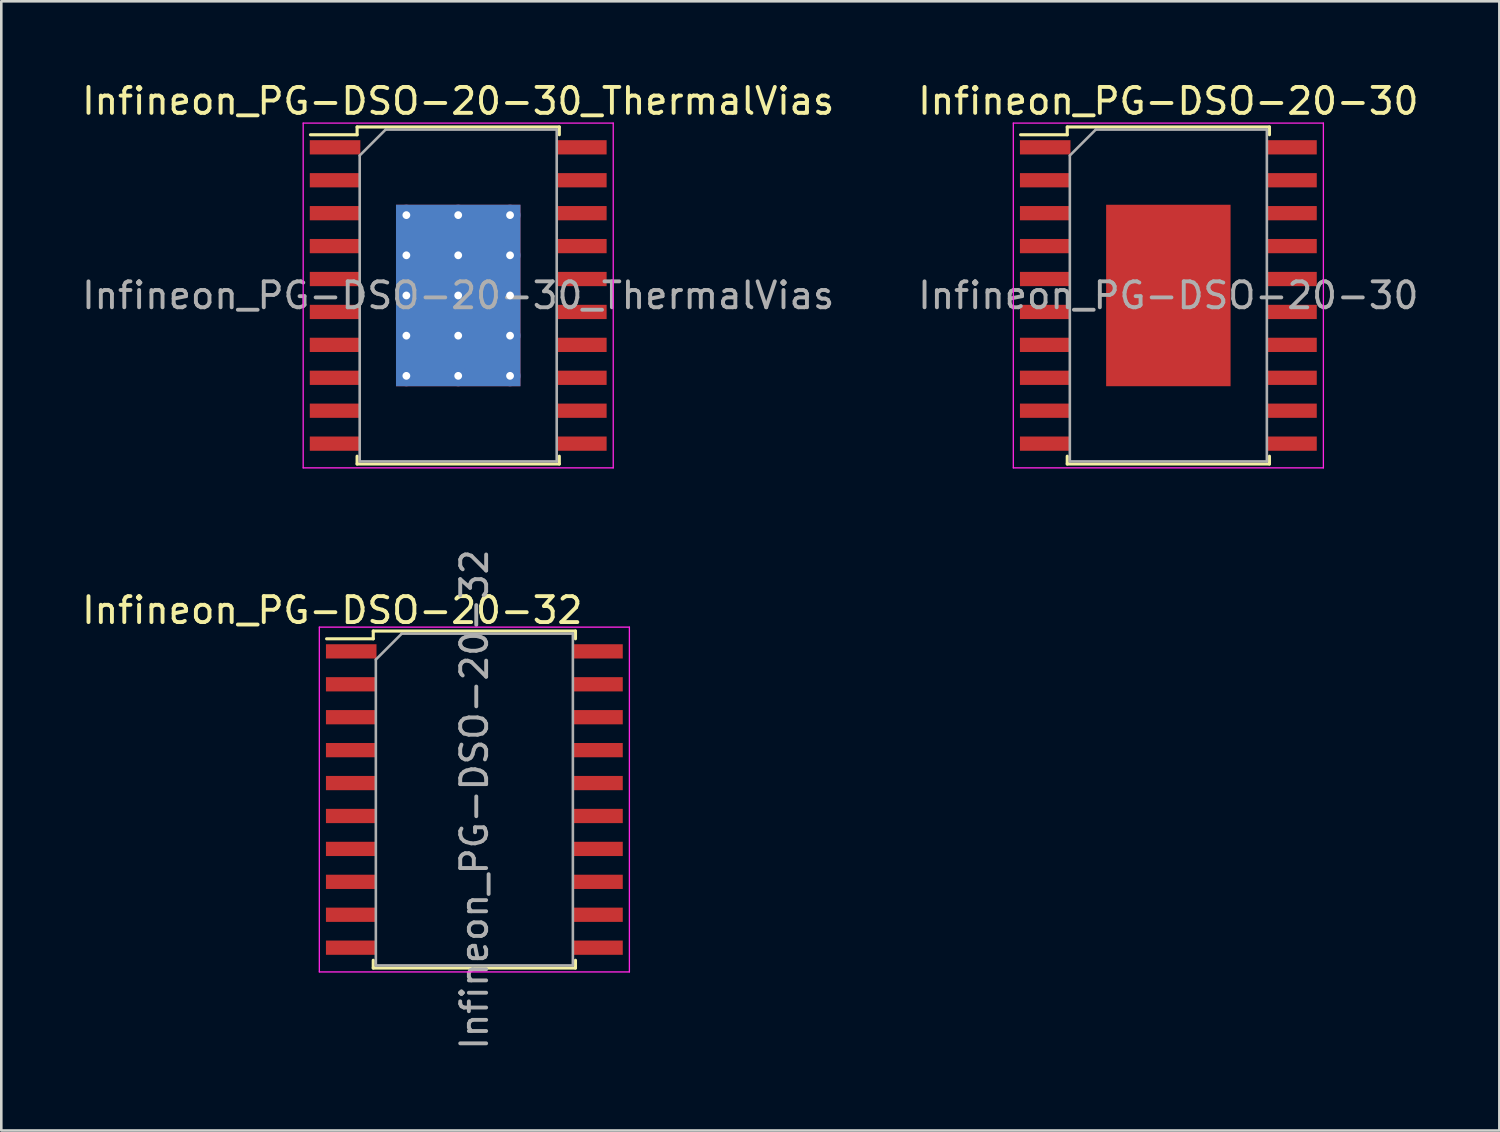
<source format=kicad_pcb>
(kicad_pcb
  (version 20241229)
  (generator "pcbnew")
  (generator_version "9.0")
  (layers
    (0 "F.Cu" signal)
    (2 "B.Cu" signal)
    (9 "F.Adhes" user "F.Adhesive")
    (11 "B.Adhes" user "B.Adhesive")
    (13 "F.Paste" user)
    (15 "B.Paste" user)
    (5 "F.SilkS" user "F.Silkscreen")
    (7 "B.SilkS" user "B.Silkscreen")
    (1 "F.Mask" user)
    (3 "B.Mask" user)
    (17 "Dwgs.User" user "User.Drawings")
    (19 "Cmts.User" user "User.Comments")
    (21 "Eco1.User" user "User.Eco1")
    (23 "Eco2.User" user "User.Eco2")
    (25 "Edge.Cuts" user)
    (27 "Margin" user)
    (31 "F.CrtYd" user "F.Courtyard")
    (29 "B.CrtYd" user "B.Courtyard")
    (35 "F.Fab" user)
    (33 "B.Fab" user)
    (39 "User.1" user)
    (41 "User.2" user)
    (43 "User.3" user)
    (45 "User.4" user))
  (footprint "Infineon_PG-DSO-20-30"
    (layer "F.Cu")
    (at 42.018 8.348)
    (property "Reference" "Infineon_PG-DSO-20-30" (at 0 -7.5 0) (layer "F.SilkS") (effects (font (size 1 1) (thickness 0.15))))
    (attr smd)
    (fp_line (start -5.7 -6.2) (end -3.9 -6.2) (stroke (width 0.12) (type solid)) (layer "F.SilkS"))
    (fp_line (start -3.9 -6.5) (end 3.9 -6.5) (stroke (width 0.12) (type solid)) (layer "F.SilkS"))
    (fp_line (start -3.9 -6.2) (end -3.9 -6.5) (stroke (width 0.12) (type solid)) (layer "F.SilkS"))
    (fp_line (start -3.9 6.2) (end -3.9 6.5) (stroke (width 0.12) (type solid)) (layer "F.SilkS"))
    (fp_line (start 3.9 -6.2) (end 3.9 -6.5) (stroke (width 0.12) (type solid)) (layer "F.SilkS"))
    (fp_line (start 3.9 6.2) (end 3.9 6.5) (stroke (width 0.12) (type solid)) (layer "F.SilkS"))
    (fp_line (start 3.9 6.5) (end -3.9 6.5) (stroke (width 0.12) (type solid)) (layer "F.SilkS"))
    (fp_line (start -5.98 -6.65) (end 5.98 -6.65) (stroke (width 0.05) (type solid)) (layer "F.CrtYd"))
    (fp_line (start -5.98 6.65) (end -5.98 -6.65) (stroke (width 0.05) (type solid)) (layer "F.CrtYd"))
    (fp_line (start -5.98 6.65) (end 5.98 6.65) (stroke (width 0.05) (type solid)) (layer "F.CrtYd"))
    (fp_line (start 5.98 6.65) (end 5.98 -6.65) (stroke (width 0.05) (type solid)) (layer "F.CrtYd"))
    (fp_line (start -3.8 6.4) (end -3.8 -5.4) (stroke (width 0.1) (type solid)) (layer "F.Fab"))
    (fp_line (start -2.8 -6.4) (end -3.8 -5.4) (stroke (width 0.1) (type solid)) (layer "F.Fab"))
    (fp_line (start -2.8 -6.4) (end 3.8 -6.4) (stroke (width 0.1) (type solid)) (layer "F.Fab"))
    (fp_line (start 3.8 -6.4) (end 3.8 6.4) (stroke (width 0.1) (type solid)) (layer "F.Fab"))
    (fp_line (start 3.8 6.4) (end -3.8 6.4) (stroke (width 0.1) (type solid)) (layer "F.Fab"))
    (fp_text user "${REFERENCE}" (at 0 0 0) (layer "F.Fab") (effects (font (size 1 1) (thickness 0.15))))
    (pad "" smd rect (at -1.2 -2.8) (size 2.1 1.1) (layers "F.Paste"))
    (pad "" smd rect (at -1.2 -1.4) (size 2.1 1.1) (layers "F.Paste"))
    (pad "" smd rect (at -1.2 0) (size 2.1 1.1) (layers "F.Paste"))
    (pad "" smd rect (at -1.2 1.4) (size 2.1 1.1) (layers "F.Paste"))
    (pad "" smd rect (at -1.2 2.8) (size 2.1 1.1) (layers "F.Paste"))
    (pad "" smd rect (at 1.2 -2.8) (size 2.1 1.1) (layers "F.Paste"))
    (pad "" smd rect (at 1.2 -1.4) (size 2.1 1.1) (layers "F.Paste"))
    (pad "" smd rect (at 1.2 0) (size 2.1 1.1) (layers "F.Paste"))
    (pad "" smd rect (at 1.2 1.4) (size 2.1 1.1) (layers "F.Paste"))
    (pad "" smd rect (at 1.2 2.8) (size 2.1 1.1) (layers "F.Paste"))
    (pad "1" smd rect (at -4.75 -5.715 90) (size 0.55 1.95) (layers "F.Cu" "F.Mask" "F.Paste"))
    (pad "2" smd rect (at -4.75 -4.445 90) (size 0.55 1.95) (layers "F.Cu" "F.Mask" "F.Paste"))
    (pad "3" smd rect (at -4.75 -3.175 90) (size 0.55 1.95) (layers "F.Cu" "F.Mask" "F.Paste"))
    (pad "4" smd rect (at -4.75 -1.905 90) (size 0.55 1.95) (layers "F.Cu" "F.Mask" "F.Paste"))
    (pad "5" smd rect (at -4.75 -0.635 90) (size 0.55 1.95) (layers "F.Cu" "F.Mask" "F.Paste"))
    (pad "6" smd rect (at -4.75 0.635 90) (size 0.55 1.95) (layers "F.Cu" "F.Mask" "F.Paste"))
    (pad "7" smd rect (at -4.75 1.905 90) (size 0.55 1.95) (layers "F.Cu" "F.Mask" "F.Paste"))
    (pad "8" smd rect (at -4.75 3.175 90) (size 0.55 1.95) (layers "F.Cu" "F.Mask" "F.Paste"))
    (pad "9" smd rect (at -4.75 4.445 90) (size 0.55 1.95) (layers "F.Cu" "F.Mask" "F.Paste"))
    (pad "10" smd rect (at -4.75 5.715 90) (size 0.55 1.95) (layers "F.Cu" "F.Mask" "F.Paste"))
    (pad "11" smd rect (at 4.75 5.715 90) (size 0.55 1.95) (layers "F.Cu" "F.Mask" "F.Paste"))
    (pad "12" smd rect (at 4.75 4.445 90) (size 0.55 1.95) (layers "F.Cu" "F.Mask" "F.Paste"))
    (pad "13" smd rect (at 4.75 3.175 90) (size 0.55 1.95) (layers "F.Cu" "F.Mask" "F.Paste"))
    (pad "14" smd rect (at 4.75 1.905 90) (size 0.55 1.95) (layers "F.Cu" "F.Mask" "F.Paste"))
    (pad "15" smd rect (at 4.75 0.635 90) (size 0.55 1.95) (layers "F.Cu" "F.Mask" "F.Paste"))
    (pad "16" smd rect (at 4.75 -0.635 90) (size 0.55 1.95) (layers "F.Cu" "F.Mask" "F.Paste"))
    (pad "17" smd rect (at 4.75 -1.905 90) (size 0.55 1.95) (layers "F.Cu" "F.Mask" "F.Paste"))
    (pad "18" smd rect (at 4.75 -3.175 90) (size 0.55 1.95) (layers "F.Cu" "F.Mask" "F.Paste"))
    (pad "19" smd rect (at 4.75 -4.445 90) (size 0.55 1.95) (layers "F.Cu" "F.Mask" "F.Paste"))
    (pad "20" smd rect (at 4.75 -5.715 90) (size 0.55 1.95) (layers "F.Cu" "F.Mask" "F.Paste"))
    (pad "21" smd rect (at 0 0) (size 4.8 7) (layers "F.Cu" "F.Mask")))
  (footprint "Infineon_PG-DSO-20-32"
    (layer "F.Cu")
    (at 15.248 27.791)
    (property "Reference" "Infineon_PG-DSO-20-32" (at -5.48 -7.3 0) (layer "F.SilkS") (effects (font (size 1 1) (thickness 0.15))))
    (attr smd)
    (fp_line (start -5.7 -6.2) (end -3.9 -6.2) (stroke (width 0.12) (type solid)) (layer "F.SilkS"))
    (fp_line (start -3.9 -6.5) (end 3.9 -6.5) (stroke (width 0.12) (type solid)) (layer "F.SilkS"))
    (fp_line (start -3.9 -6.2) (end -3.9 -6.5) (stroke (width 0.12) (type solid)) (layer "F.SilkS"))
    (fp_line (start -3.9 6.2) (end -3.9 6.5) (stroke (width 0.12) (type solid)) (layer "F.SilkS"))
    (fp_line (start 3.9 -6.2) (end 3.9 -6.5) (stroke (width 0.12) (type solid)) (layer "F.SilkS"))
    (fp_line (start 3.9 6.2) (end 3.9 6.5) (stroke (width 0.12) (type solid)) (layer "F.SilkS"))
    (fp_line (start 3.9 6.5) (end -3.9 6.5) (stroke (width 0.12) (type solid)) (layer "F.SilkS"))
    (fp_line (start -5.98 -6.65) (end 5.98 -6.65) (stroke (width 0.05) (type solid)) (layer "F.CrtYd"))
    (fp_line (start -5.98 6.65) (end -5.98 -6.65) (stroke (width 0.05) (type solid)) (layer "F.CrtYd"))
    (fp_line (start -5.98 6.65) (end 5.98 6.65) (stroke (width 0.05) (type solid)) (layer "F.CrtYd"))
    (fp_line (start 5.98 6.65) (end 5.98 -6.65) (stroke (width 0.05) (type solid)) (layer "F.CrtYd"))
    (fp_line (start -3.8 -5.4) (end -2.8 -6.4) (stroke (width 0.1) (type solid)) (layer "F.Fab"))
    (fp_line (start -3.8 6.4) (end -3.8 -5.4) (stroke (width 0.1) (type solid)) (layer "F.Fab"))
    (fp_line (start -2.8 -6.4) (end 3.8 -6.4) (stroke (width 0.1) (type solid)) (layer "F.Fab"))
    (fp_line (start 3.8 -6.4) (end 3.8 6.4) (stroke (width 0.1) (type solid)) (layer "F.Fab"))
    (fp_line (start 3.8 6.4) (end -3.8 6.4) (stroke (width 0.1) (type solid)) (layer "F.Fab"))
    (fp_text user "${REFERENCE}" (at 0 0 90) (layer "F.Fab") (effects (font (size 1 1) (thickness 0.15))))
    (pad "1" smd rect (at -4.75 -5.715 90) (size 0.55 1.95) (layers "F.Cu" "F.Mask" "F.Paste"))
    (pad "2" smd rect (at -4.75 -4.445 90) (size 0.55 1.95) (layers "F.Cu" "F.Mask" "F.Paste"))
    (pad "3" smd rect (at -4.75 -3.175 90) (size 0.55 1.95) (layers "F.Cu" "F.Mask" "F.Paste"))
    (pad "4" smd rect (at -4.75 -1.905 90) (size 0.55 1.95) (layers "F.Cu" "F.Mask" "F.Paste"))
    (pad "5" smd rect (at -4.75 -0.635 90) (size 0.55 1.95) (layers "F.Cu" "F.Mask" "F.Paste"))
    (pad "6" smd rect (at -4.75 0.635 90) (size 0.55 1.95) (layers "F.Cu" "F.Mask" "F.Paste"))
    (pad "7" smd rect (at -4.75 1.905 90) (size 0.55 1.95) (layers "F.Cu" "F.Mask" "F.Paste"))
    (pad "8" smd rect (at -4.75 3.175 90) (size 0.55 1.95) (layers "F.Cu" "F.Mask" "F.Paste"))
    (pad "9" smd rect (at -4.75 4.445 90) (size 0.55 1.95) (layers "F.Cu" "F.Mask" "F.Paste"))
    (pad "10" smd rect (at -4.75 5.715 90) (size 0.55 1.95) (layers "F.Cu" "F.Mask" "F.Paste"))
    (pad "11" smd rect (at 4.75 5.715 90) (size 0.55 1.95) (layers "F.Cu" "F.Mask" "F.Paste"))
    (pad "12" smd rect (at 4.75 4.445 90) (size 0.55 1.95) (layers "F.Cu" "F.Mask" "F.Paste"))
    (pad "13" smd rect (at 4.75 3.175 90) (size 0.55 1.95) (layers "F.Cu" "F.Mask" "F.Paste"))
    (pad "14" smd rect (at 4.75 1.905 90) (size 0.55 1.95) (layers "F.Cu" "F.Mask" "F.Paste"))
    (pad "15" smd rect (at 4.75 0.635 90) (size 0.55 1.95) (layers "F.Cu" "F.Mask" "F.Paste"))
    (pad "16" smd rect (at 4.75 -0.635 90) (size 0.55 1.95) (layers "F.Cu" "F.Mask" "F.Paste"))
    (pad "17" smd rect (at 4.75 -1.905 90) (size 0.55 1.95) (layers "F.Cu" "F.Mask" "F.Paste"))
    (pad "18" smd rect (at 4.75 -3.175 90) (size 0.55 1.95) (layers "F.Cu" "F.Mask" "F.Paste"))
    (pad "19" smd rect (at 4.75 -4.445 90) (size 0.55 1.95) (layers "F.Cu" "F.Mask" "F.Paste"))
    (pad "20" smd rect (at 4.75 -5.715 90) (size 0.55 1.95) (layers "F.Cu" "F.Mask" "F.Paste")))
  (footprint "Infineon_PG-DSO-20-30_ThermalVias"
    (layer "F.Cu")
    (at 14.625 8.348)
    (property "Reference" "Infineon_PG-DSO-20-30_ThermalVias" (at 0 -7.5 0) (layer "F.SilkS") (effects (font (size 1 1) (thickness 0.15))))
    (attr smd)
    (fp_line (start -5.7 -6.2) (end -3.9 -6.2) (stroke (width 0.12) (type solid)) (layer "F.SilkS"))
    (fp_line (start -3.9 -6.5) (end 3.9 -6.5) (stroke (width 0.12) (type solid)) (layer "F.SilkS"))
    (fp_line (start -3.9 -6.2) (end -3.9 -6.5) (stroke (width 0.12) (type solid)) (layer "F.SilkS"))
    (fp_line (start -3.9 6.2) (end -3.9 6.5) (stroke (width 0.12) (type solid)) (layer "F.SilkS"))
    (fp_line (start 3.9 -6.2) (end 3.9 -6.5) (stroke (width 0.12) (type solid)) (layer "F.SilkS"))
    (fp_line (start 3.9 6.2) (end 3.9 6.5) (stroke (width 0.12) (type solid)) (layer "F.SilkS"))
    (fp_line (start 3.9 6.5) (end -3.9 6.5) (stroke (width 0.12) (type solid)) (layer "F.SilkS"))
    (fp_line (start -5.98 -6.65) (end 5.98 -6.65) (stroke (width 0.05) (type solid)) (layer "F.CrtYd"))
    (fp_line (start -5.98 6.65) (end -5.98 -6.65) (stroke (width 0.05) (type solid)) (layer "F.CrtYd"))
    (fp_line (start -5.98 6.65) (end 5.98 6.65) (stroke (width 0.05) (type solid)) (layer "F.CrtYd"))
    (fp_line (start 5.98 6.65) (end 5.98 -6.65) (stroke (width 0.05) (type solid)) (layer "F.CrtYd"))
    (fp_line (start -3.8 6.4) (end -3.8 -5.4) (stroke (width 0.1) (type solid)) (layer "F.Fab"))
    (fp_line (start -2.8 -6.4) (end -3.8 -5.4) (stroke (width 0.1) (type solid)) (layer "F.Fab"))
    (fp_line (start -2.8 -6.4) (end 3.8 -6.4) (stroke (width 0.1) (type solid)) (layer "F.Fab"))
    (fp_line (start 3.8 -6.4) (end 3.8 6.4) (stroke (width 0.1) (type solid)) (layer "F.Fab"))
    (fp_line (start 3.8 6.4) (end -3.8 6.4) (stroke (width 0.1) (type solid)) (layer "F.Fab"))
    (fp_text user "${REFERENCE}" (at 0 0 0) (layer "F.Fab") (effects (font (size 1 1) (thickness 0.15))))
    (pad "" smd rect (at -1 -2.325) (size 1.7 1.25) (layers "F.Paste"))
    (pad "" smd rect (at -1 -0.775) (size 1.7 1.25) (layers "F.Paste"))
    (pad "" smd rect (at -1 0.775) (size 1.7 1.25) (layers "F.Paste"))
    (pad "" smd rect (at -1 2.325) (size 1.7 1.25) (layers "F.Paste"))
    (pad "" smd rect (at 1 -2.325) (size 1.7 1.25) (layers "F.Paste"))
    (pad "" smd rect (at 1 -0.775) (size 1.7 1.25) (layers "F.Paste"))
    (pad "" smd rect (at 1 0.775) (size 1.7 1.25) (layers "F.Paste"))
    (pad "" smd rect (at 1 2.325) (size 1.7 1.25) (layers "F.Paste"))
    (pad "1" smd rect (at -4.75 -5.715 90) (size 0.55 1.95) (layers "F.Cu" "F.Mask" "F.Paste"))
    (pad "2" smd rect (at -4.75 -4.445 90) (size 0.55 1.95) (layers "F.Cu" "F.Mask" "F.Paste"))
    (pad "3" smd rect (at -4.75 -3.175 90) (size 0.55 1.95) (layers "F.Cu" "F.Mask" "F.Paste"))
    (pad "4" smd rect (at -4.75 -1.905 90) (size 0.55 1.95) (layers "F.Cu" "F.Mask" "F.Paste"))
    (pad "5" smd rect (at -4.75 -0.635 90) (size 0.55 1.95) (layers "F.Cu" "F.Mask" "F.Paste"))
    (pad "6" smd rect (at -4.75 0.635 90) (size 0.55 1.95) (layers "F.Cu" "F.Mask" "F.Paste"))
    (pad "7" smd rect (at -4.75 1.905 90) (size 0.55 1.95) (layers "F.Cu" "F.Mask" "F.Paste"))
    (pad "8" smd rect (at -4.75 3.175 90) (size 0.55 1.95) (layers "F.Cu" "F.Mask" "F.Paste"))
    (pad "9" smd rect (at -4.75 4.445 90) (size 0.55 1.95) (layers "F.Cu" "F.Mask" "F.Paste"))
    (pad "10" smd rect (at -4.75 5.715 90) (size 0.55 1.95) (layers "F.Cu" "F.Mask" "F.Paste"))
    (pad "11" smd rect (at 4.75 5.715 90) (size 0.55 1.95) (layers "F.Cu" "F.Mask" "F.Paste"))
    (pad "12" smd rect (at 4.75 4.445 90) (size 0.55 1.95) (layers "F.Cu" "F.Mask" "F.Paste"))
    (pad "13" smd rect (at 4.75 3.175 90) (size 0.55 1.95) (layers "F.Cu" "F.Mask" "F.Paste"))
    (pad "14" smd rect (at 4.75 1.905 90) (size 0.55 1.95) (layers "F.Cu" "F.Mask" "F.Paste"))
    (pad "15" smd rect (at 4.75 0.635 90) (size 0.55 1.95) (layers "F.Cu" "F.Mask" "F.Paste"))
    (pad "16" smd rect (at 4.75 -0.635 90) (size 0.55 1.95) (layers "F.Cu" "F.Mask" "F.Paste"))
    (pad "17" smd rect (at 4.75 -1.905 90) (size 0.55 1.95) (layers "F.Cu" "F.Mask" "F.Paste"))
    (pad "18" smd rect (at 4.75 -3.175 90) (size 0.55 1.95) (layers "F.Cu" "F.Mask" "F.Paste"))
    (pad "19" smd rect (at 4.75 -4.445 90) (size 0.55 1.95) (layers "F.Cu" "F.Mask" "F.Paste"))
    (pad "20" smd rect (at 4.75 -5.715 90) (size 0.55 1.95) (layers "F.Cu" "F.Mask" "F.Paste"))
    (pad "21" thru_hole circle (at -2 -3.1) (size 0.8 0.8) (drill 0.3) (layers "*.Cu"))
    (pad "21" thru_hole circle (at -2 -1.55) (size 0.8 0.8) (drill 0.3) (layers "*.Cu"))
    (pad "21" thru_hole circle (at -2 0) (size 0.8 0.8) (drill 0.3) (layers "*.Cu"))
    (pad "21" thru_hole circle (at -2 1.55) (size 0.8 0.8) (drill 0.3) (layers "*.Cu"))
    (pad "21" thru_hole circle (at -2 3.1) (size 0.8 0.8) (drill 0.3) (layers "*.Cu"))
    (pad "21" thru_hole circle (at 0 -3.1) (size 0.8 0.8) (drill 0.3) (layers "*.Cu"))
    (pad "21" thru_hole circle (at 0 -1.55) (size 0.8 0.8) (drill 0.3) (layers "*.Cu"))
    (pad "21" thru_hole circle (at 0 0) (size 0.8 0.8) (drill 0.3) (layers "*.Cu"))
    (pad "21" smd rect (at 0 0) (size 4.8 7) (layers "F.Cu" "F.Mask"))
    (pad "21" smd rect (at 0 0) (size 4.8 7) (layers "B.Cu"))
    (pad "21" thru_hole circle (at 0 1.55) (size 0.8 0.8) (drill 0.3) (layers "*.Cu"))
    (pad "21" thru_hole circle (at 0 3.1) (size 0.8 0.8) (drill 0.3) (layers "*.Cu"))
    (pad "21" thru_hole circle (at 2 -3.1) (size 0.8 0.8) (drill 0.3) (layers "*.Cu"))
    (pad "21" thru_hole circle (at 2 -1.55) (size 0.8 0.8) (drill 0.3) (layers "*.Cu"))
    (pad "21" thru_hole circle (at 2 0) (size 0.8 0.8) (drill 0.3) (layers "*.Cu"))
    (pad "21" thru_hole circle (at 2 1.55) (size 0.8 0.8) (drill 0.3) (layers "*.Cu"))
    (pad "21" thru_hole circle (at 2 3.1) (size 0.8 0.8) (drill 0.3) (layers "*.Cu")))
  (gr_rect
    (start -3 -3)
    (end 54.786 40.559)
    (stroke (width 0.1) (type default))
    (fill no)
    (layer "Edge.Cuts")))
</source>
